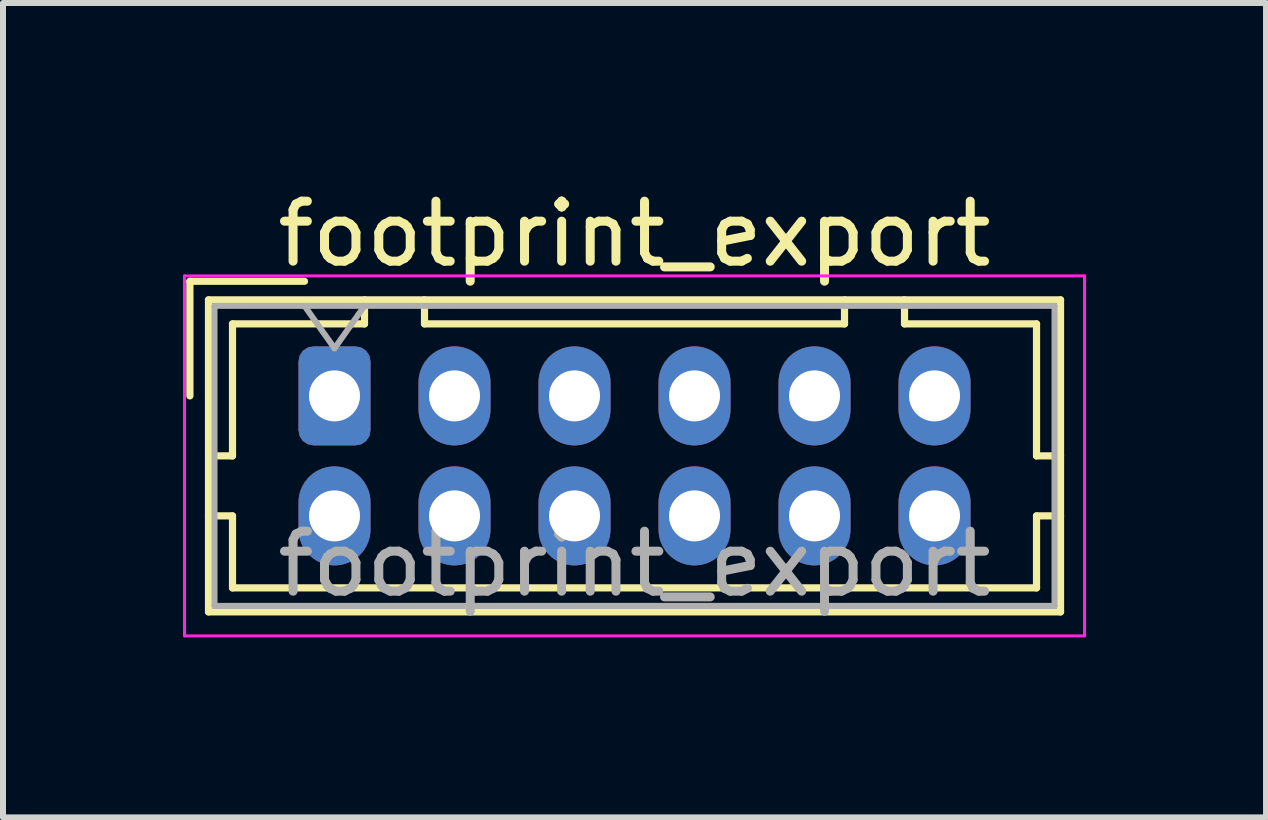
<source format=kicad_pcb>
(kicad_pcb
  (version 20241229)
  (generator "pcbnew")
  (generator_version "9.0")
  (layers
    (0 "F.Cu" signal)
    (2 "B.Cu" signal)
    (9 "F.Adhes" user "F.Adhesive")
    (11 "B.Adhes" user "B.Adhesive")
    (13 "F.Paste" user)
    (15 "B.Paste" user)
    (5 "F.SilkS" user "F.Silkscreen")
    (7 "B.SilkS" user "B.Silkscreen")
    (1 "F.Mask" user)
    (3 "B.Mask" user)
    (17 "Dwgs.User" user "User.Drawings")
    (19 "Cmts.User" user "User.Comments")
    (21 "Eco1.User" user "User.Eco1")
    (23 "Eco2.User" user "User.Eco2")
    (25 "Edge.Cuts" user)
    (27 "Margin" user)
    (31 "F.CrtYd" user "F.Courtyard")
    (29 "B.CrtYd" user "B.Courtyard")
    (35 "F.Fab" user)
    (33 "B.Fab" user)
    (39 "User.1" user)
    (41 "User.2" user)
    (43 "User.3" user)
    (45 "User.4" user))
  (footprint "footprint_export"
    (layer "F.Cu")
    (at 2.525 3.548)
    (property "Reference" "footprint_export" (at 5 -2.7 0) (layer "F.SilkS") (effects (font (size 1 1) (thickness 0.15))))
    (attr through_hole)
    (fp_line (start -2.41 -1.91) (end -0.5 -1.91) (stroke (width 0.12) (type solid)) (layer "F.SilkS"))
    (fp_line (start -2.41 0) (end -2.41 -1.91) (stroke (width 0.12) (type solid)) (layer "F.SilkS"))
    (fp_line (start -2.1 -1.6) (end -2.1 3.6) (stroke (width 0.12) (type solid)) (layer "F.SilkS"))
    (fp_line (start -2.1 1) (end -1.7 1) (stroke (width 0.12) (type solid)) (layer "F.SilkS"))
    (fp_line (start -2.1 2) (end -1.7 2) (stroke (width 0.12) (type solid)) (layer "F.SilkS"))
    (fp_line (start -2.1 3.6) (end 12.1 3.6) (stroke (width 0.12) (type solid)) (layer "F.SilkS"))
    (fp_line (start -1.7 -1.2) (end 0.5 -1.2) (stroke (width 0.12) (type solid)) (layer "F.SilkS"))
    (fp_line (start -1.7 1) (end -1.7 -1.2) (stroke (width 0.12) (type solid)) (layer "F.SilkS"))
    (fp_line (start -1.7 2) (end -1.7 3.2) (stroke (width 0.12) (type solid)) (layer "F.SilkS"))
    (fp_line (start -1.7 3.2) (end 11.7 3.2) (stroke (width 0.12) (type solid)) (layer "F.SilkS"))
    (fp_line (start 0.5 -1.2) (end 0.5 -1.6) (stroke (width 0.12) (type solid)) (layer "F.SilkS"))
    (fp_line (start 1.5 -1.6) (end 1.5 -1.2) (stroke (width 0.12) (type solid)) (layer "F.SilkS"))
    (fp_line (start 1.5 -1.2) (end 8.5 -1.2) (stroke (width 0.12) (type solid)) (layer "F.SilkS"))
    (fp_line (start 8.5 -1.2) (end 8.5 -1.6) (stroke (width 0.12) (type solid)) (layer "F.SilkS"))
    (fp_line (start 9.5 -1.2) (end 9.5 -1.6) (stroke (width 0.12) (type solid)) (layer "F.SilkS"))
    (fp_line (start 11.7 -1.2) (end 9.5 -1.2) (stroke (width 0.12) (type solid)) (layer "F.SilkS"))
    (fp_line (start 11.7 1) (end 11.7 -1.2) (stroke (width 0.12) (type solid)) (layer "F.SilkS"))
    (fp_line (start 11.7 2) (end 12.1 2) (stroke (width 0.12) (type solid)) (layer "F.SilkS"))
    (fp_line (start 11.7 3.2) (end 11.7 2) (stroke (width 0.12) (type solid)) (layer "F.SilkS"))
    (fp_line (start 12.1 -1.6) (end -2.1 -1.6) (stroke (width 0.12) (type solid)) (layer "F.SilkS"))
    (fp_line (start 12.1 1) (end 11.7 1) (stroke (width 0.12) (type solid)) (layer "F.SilkS"))
    (fp_line (start 12.1 3.6) (end 12.1 -1.6) (stroke (width 0.12) (type solid)) (layer "F.SilkS"))
    (fp_line (start -2.5 -2) (end -2.5 4) (stroke (width 0.05) (type solid)) (layer "F.CrtYd"))
    (fp_line (start -2.5 4) (end 12.5 4) (stroke (width 0.05) (type solid)) (layer "F.CrtYd"))
    (fp_line (start 12.5 -2) (end -2.5 -2) (stroke (width 0.05) (type solid)) (layer "F.CrtYd"))
    (fp_line (start 12.5 4) (end 12.5 -2) (stroke (width 0.05) (type solid)) (layer "F.CrtYd"))
    (fp_line (start -2 -1.5) (end -2 3.5) (stroke (width 0.1) (type solid)) (layer "F.Fab"))
    (fp_line (start -2 3.5) (end 12 3.5) (stroke (width 0.1) (type solid)) (layer "F.Fab"))
    (fp_line (start -0.5 -1.5) (end 0 -0.793) (stroke (width 0.1) (type solid)) (layer "F.Fab"))
    (fp_line (start 0 -0.793) (end 0.5 -1.5) (stroke (width 0.1) (type solid)) (layer "F.Fab"))
    (fp_line (start 12 -1.5) (end -2 -1.5) (stroke (width 0.1) (type solid)) (layer "F.Fab"))
    (fp_line (start 12 3.5) (end 12 -1.5) (stroke (width 0.1) (type solid)) (layer "F.Fab"))
    (fp_text user "${REFERENCE}" (at 5 2.8 0) (layer "F.Fab") (effects (font (size 1 1) (thickness 0.15))))
    (pad "1" thru_hole roundrect (at 0 0) (size 1.2 1.65) (drill 0.85) (layers "*.Cu" "*.Mask") (roundrect_rratio 0.208))
    (pad "2" thru_hole oval (at 0 2) (size 1.2 1.65) (drill 0.85) (layers "*.Cu" "*.Mask"))
    (pad "3" thru_hole oval (at 2 0) (size 1.2 1.65) (drill 0.85) (layers "*.Cu" "*.Mask"))
    (pad "4" thru_hole oval (at 2 2) (size 1.2 1.65) (drill 0.85) (layers "*.Cu" "*.Mask"))
    (pad "5" thru_hole oval (at 4 0) (size 1.2 1.65) (drill 0.85) (layers "*.Cu" "*.Mask"))
    (pad "6" thru_hole oval (at 4 2) (size 1.2 1.65) (drill 0.85) (layers "*.Cu" "*.Mask"))
    (pad "7" thru_hole oval (at 6 0) (size 1.2 1.65) (drill 0.85) (layers "*.Cu" "*.Mask"))
    (pad "8" thru_hole oval (at 6 2) (size 1.2 1.65) (drill 0.85) (layers "*.Cu" "*.Mask"))
    (pad "9" thru_hole oval (at 8 0) (size 1.2 1.65) (drill 0.85) (layers "*.Cu" "*.Mask"))
    (pad "10" thru_hole oval (at 8 2) (size 1.2 1.65) (drill 0.85) (layers "*.Cu" "*.Mask"))
    (pad "11" thru_hole oval (at 10 0) (size 1.2 1.65) (drill 0.85) (layers "*.Cu" "*.Mask"))
    (pad "12" thru_hole oval (at 10 2) (size 1.2 1.65) (drill 0.85) (layers "*.Cu" "*.Mask")))
  (gr_rect
    (start -3 -3)
    (end 18.05 10.573)
    (stroke (width 0.1) (type default))
    (fill no)
    (layer "Edge.Cuts")))
</source>
